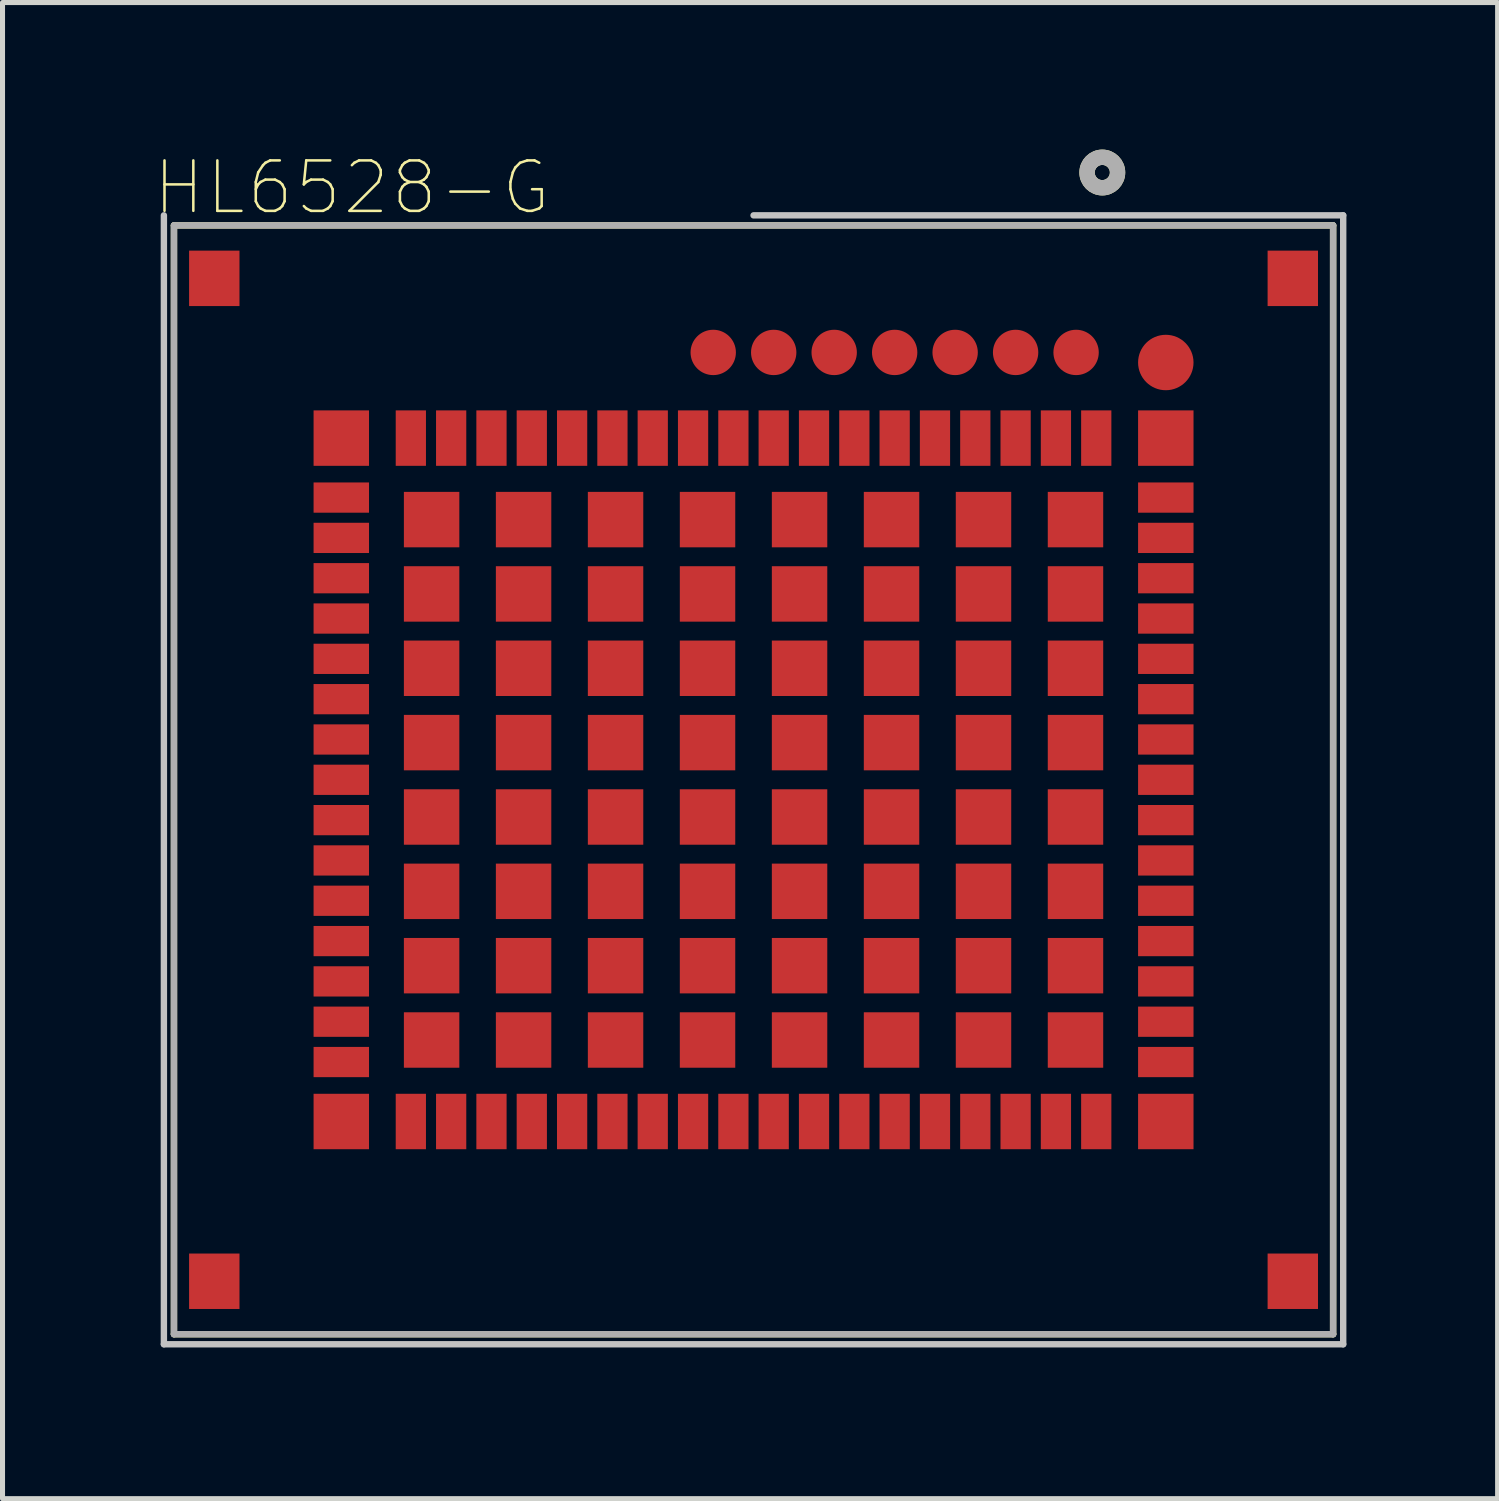
<source format=kicad_pcb>
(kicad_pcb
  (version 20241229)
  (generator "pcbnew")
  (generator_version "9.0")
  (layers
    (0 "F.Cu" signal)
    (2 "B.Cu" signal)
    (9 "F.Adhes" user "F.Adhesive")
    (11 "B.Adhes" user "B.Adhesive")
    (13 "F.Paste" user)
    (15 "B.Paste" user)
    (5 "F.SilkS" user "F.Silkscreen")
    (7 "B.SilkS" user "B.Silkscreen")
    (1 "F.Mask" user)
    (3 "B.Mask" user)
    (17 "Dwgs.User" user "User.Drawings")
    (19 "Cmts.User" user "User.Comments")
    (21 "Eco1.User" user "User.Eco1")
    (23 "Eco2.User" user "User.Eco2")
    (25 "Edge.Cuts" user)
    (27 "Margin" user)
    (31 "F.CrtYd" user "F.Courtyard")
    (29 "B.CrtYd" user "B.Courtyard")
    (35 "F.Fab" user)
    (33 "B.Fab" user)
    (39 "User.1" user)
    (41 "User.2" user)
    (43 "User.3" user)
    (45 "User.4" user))
  (footprint "HL6528-G"
    (layer "F.Cu")
    (at 11.902 12.423)
    (property "Reference" "HL6528-G" (at -7.97 -11.75 0) (layer "F.SilkS") (effects (font (size 1.001 1.001) (thickness 0.05))))
    (attr smd)
    (fp_line (start -11.5 -11) (end -11.5 11) (stroke (width 0.127) (type solid)) (layer "F.SilkS"))
    (fp_line (start -11.5 11) (end 11.5 11) (stroke (width 0.127) (type solid)) (layer "F.SilkS"))
    (fp_line (start 11.5 -11) (end -11.5 -11) (stroke (width 0.127) (type solid)) (layer "F.SilkS"))
    (fp_line (start 11.5 11) (end 11.5 -11) (stroke (width 0.127) (type solid)) (layer "F.SilkS"))
    (fp_circle (center 6.92 -12.05) (end 7.07 -12.05) (stroke (width 0.305) (type solid)) (fill no) (layer "F.SilkS"))
    (fp_line (start -11.7 11.2) (end -11.7 -11.2) (stroke (width 0.127) (type solid)) (layer "Dwgs.User"))
    (fp_line (start 0 -11.2) (end 11.7 -11.2) (stroke (width 0.127) (type solid)) (layer "Dwgs.User"))
    (fp_line (start 11.7 -11.2) (end 11.7 11.2) (stroke (width 0.127) (type solid)) (layer "Dwgs.User"))
    (fp_line (start 11.7 11.2) (end -11.7 11.2) (stroke (width 0.127) (type solid)) (layer "Dwgs.User"))
    (fp_line (start -11.5 -11) (end -11.5 11) (stroke (width 0.127) (type solid)) (layer "F.Fab"))
    (fp_line (start -11.5 11) (end 11.5 11) (stroke (width 0.127) (type solid)) (layer "F.Fab"))
    (fp_line (start 11.5 -11) (end -11.5 -11) (stroke (width 0.127) (type solid)) (layer "F.Fab"))
    (fp_line (start 11.5 11) (end 11.5 -11) (stroke (width 0.127) (type solid)) (layer "F.Fab"))
    (fp_circle (center 6.92 -12.05) (end 7.07 -12.05) (stroke (width 0.305) (type solid)) (fill no) (layer "F.Fab"))
    (pad "1" smd rect (at 6.8 -6.78 90) (size 1.1 0.6) (layers "F.Cu" "F.Mask" "F.Paste"))
    (pad "2" smd rect (at 6 -6.78 90) (size 1.1 0.6) (layers "F.Cu" "F.Mask" "F.Paste"))
    (pad "3" smd rect (at 5.2 -6.78 90) (size 1.1 0.6) (layers "F.Cu" "F.Mask" "F.Paste"))
    (pad "4" smd rect (at 4.4 -6.78 90) (size 1.1 0.6) (layers "F.Cu" "F.Mask" "F.Paste"))
    (pad "5" smd rect (at 3.6 -6.78 90) (size 1.1 0.6) (layers "F.Cu" "F.Mask" "F.Paste"))
    (pad "6" smd rect (at 2.8 -6.78 90) (size 1.1 0.6) (layers "F.Cu" "F.Mask" "F.Paste"))
    (pad "7" smd rect (at 2 -6.78 90) (size 1.1 0.6) (layers "F.Cu" "F.Mask" "F.Paste"))
    (pad "8" smd rect (at 1.2 -6.78 90) (size 1.1 0.6) (layers "F.Cu" "F.Mask" "F.Paste"))
    (pad "9" smd rect (at 0.4 -6.78 90) (size 1.1 0.6) (layers "F.Cu" "F.Mask" "F.Paste"))
    (pad "10" smd rect (at -0.4 -6.78 90) (size 1.1 0.6) (layers "F.Cu" "F.Mask" "F.Paste"))
    (pad "11" smd rect (at -1.2 -6.78 90) (size 1.1 0.6) (layers "F.Cu" "F.Mask" "F.Paste"))
    (pad "12" smd rect (at -2 -6.78 90) (size 1.1 0.6) (layers "F.Cu" "F.Mask" "F.Paste"))
    (pad "13" smd rect (at -2.8 -6.78 90) (size 1.1 0.6) (layers "F.Cu" "F.Mask" "F.Paste"))
    (pad "14" smd rect (at -3.6 -6.78 90) (size 1.1 0.6) (layers "F.Cu" "F.Mask" "F.Paste"))
    (pad "15" smd rect (at -4.4 -6.78 90) (size 1.1 0.6) (layers "F.Cu" "F.Mask" "F.Paste"))
    (pad "16" smd rect (at -5.2 -6.78 90) (size 1.1 0.6) (layers "F.Cu" "F.Mask" "F.Paste"))
    (pad "17" smd rect (at -6 -6.78 90) (size 1.1 0.6) (layers "F.Cu" "F.Mask" "F.Paste"))
    (pad "18" smd rect (at -6.8 -6.78 90) (size 1.1 0.6) (layers "F.Cu" "F.Mask" "F.Paste"))
    (pad "19" smd rect (at -8.18 -5.6 180) (size 1.1 0.6) (layers "F.Cu" "F.Mask" "F.Paste"))
    (pad "20" smd rect (at -8.18 -4.8 180) (size 1.1 0.6) (layers "F.Cu" "F.Mask" "F.Paste"))
    (pad "21" smd rect (at -8.18 -4 180) (size 1.1 0.6) (layers "F.Cu" "F.Mask" "F.Paste"))
    (pad "22" smd rect (at -8.18 -3.2 180) (size 1.1 0.6) (layers "F.Cu" "F.Mask" "F.Paste"))
    (pad "23" smd rect (at -8.18 -2.4 180) (size 1.1 0.6) (layers "F.Cu" "F.Mask" "F.Paste"))
    (pad "24" smd rect (at -8.18 -1.6 180) (size 1.1 0.6) (layers "F.Cu" "F.Mask" "F.Paste"))
    (pad "25" smd rect (at -8.18 -0.8 180) (size 1.1 0.6) (layers "F.Cu" "F.Mask" "F.Paste"))
    (pad "26" smd rect (at -8.18 0 180) (size 1.1 0.6) (layers "F.Cu" "F.Mask" "F.Paste"))
    (pad "27" smd rect (at -8.18 0.8 180) (size 1.1 0.6) (layers "F.Cu" "F.Mask" "F.Paste"))
    (pad "28" smd rect (at -8.18 1.6 180) (size 1.1 0.6) (layers "F.Cu" "F.Mask" "F.Paste"))
    (pad "29" smd rect (at -8.18 2.4 180) (size 1.1 0.6) (layers "F.Cu" "F.Mask" "F.Paste"))
    (pad "30" smd rect (at -8.18 3.2 180) (size 1.1 0.6) (layers "F.Cu" "F.Mask" "F.Paste"))
    (pad "31" smd rect (at -8.18 4 180) (size 1.1 0.6) (layers "F.Cu" "F.Mask" "F.Paste"))
    (pad "32" smd rect (at -8.18 4.8 180) (size 1.1 0.6) (layers "F.Cu" "F.Mask" "F.Paste"))
    (pad "33" smd rect (at -8.18 5.6 180) (size 1.1 0.6) (layers "F.Cu" "F.Mask" "F.Paste"))
    (pad "34" smd rect (at -6.8 6.78 270) (size 1.1 0.6) (layers "F.Cu" "F.Mask" "F.Paste"))
    (pad "35" smd rect (at -6 6.78 270) (size 1.1 0.6) (layers "F.Cu" "F.Mask" "F.Paste"))
    (pad "36" smd rect (at -5.2 6.78 270) (size 1.1 0.6) (layers "F.Cu" "F.Mask" "F.Paste"))
    (pad "37" smd rect (at -4.4 6.78 270) (size 1.1 0.6) (layers "F.Cu" "F.Mask" "F.Paste"))
    (pad "38" smd rect (at -3.6 6.78 270) (size 1.1 0.6) (layers "F.Cu" "F.Mask" "F.Paste"))
    (pad "39" smd rect (at -2.8 6.78 270) (size 1.1 0.6) (layers "F.Cu" "F.Mask" "F.Paste"))
    (pad "40" smd rect (at -2 6.78 270) (size 1.1 0.6) (layers "F.Cu" "F.Mask" "F.Paste"))
    (pad "41" smd rect (at -1.2 6.78 270) (size 1.1 0.6) (layers "F.Cu" "F.Mask" "F.Paste"))
    (pad "42" smd rect (at -0.4 6.78 270) (size 1.1 0.6) (layers "F.Cu" "F.Mask" "F.Paste"))
    (pad "43" smd rect (at 0.4 6.78 270) (size 1.1 0.6) (layers "F.Cu" "F.Mask" "F.Paste"))
    (pad "44" smd rect (at 1.2 6.78 270) (size 1.1 0.6) (layers "F.Cu" "F.Mask" "F.Paste"))
    (pad "45" smd rect (at 2 6.78 270) (size 1.1 0.6) (layers "F.Cu" "F.Mask" "F.Paste"))
    (pad "46" smd rect (at 2.8 6.78 270) (size 1.1 0.6) (layers "F.Cu" "F.Mask" "F.Paste"))
    (pad "47" smd rect (at 3.6 6.78 270) (size 1.1 0.6) (layers "F.Cu" "F.Mask" "F.Paste"))
    (pad "48" smd rect (at 4.4 6.78 270) (size 1.1 0.6) (layers "F.Cu" "F.Mask" "F.Paste"))
    (pad "49" smd rect (at 5.2 6.78 270) (size 1.1 0.6) (layers "F.Cu" "F.Mask" "F.Paste"))
    (pad "50" smd rect (at 6 6.78 270) (size 1.1 0.6) (layers "F.Cu" "F.Mask" "F.Paste"))
    (pad "51" smd rect (at 6.8 6.78 270) (size 1.1 0.6) (layers "F.Cu" "F.Mask" "F.Paste"))
    (pad "52" smd rect (at 8.18 5.6) (size 1.1 0.6) (layers "F.Cu" "F.Mask" "F.Paste"))
    (pad "53" smd rect (at 8.18 4.8) (size 1.1 0.6) (layers "F.Cu" "F.Mask" "F.Paste"))
    (pad "54" smd rect (at 8.18 4) (size 1.1 0.6) (layers "F.Cu" "F.Mask" "F.Paste"))
    (pad "55" smd rect (at 8.18 3.2) (size 1.1 0.6) (layers "F.Cu" "F.Mask" "F.Paste"))
    (pad "56" smd rect (at 8.18 2.4) (size 1.1 0.6) (layers "F.Cu" "F.Mask" "F.Paste"))
    (pad "57" smd rect (at 8.18 1.6) (size 1.1 0.6) (layers "F.Cu" "F.Mask" "F.Paste"))
    (pad "58" smd rect (at 8.18 0.8) (size 1.1 0.6) (layers "F.Cu" "F.Mask" "F.Paste"))
    (pad "59" smd rect (at 8.18 0) (size 1.1 0.6) (layers "F.Cu" "F.Mask" "F.Paste"))
    (pad "60" smd rect (at 8.18 -0.8) (size 1.1 0.6) (layers "F.Cu" "F.Mask" "F.Paste"))
    (pad "61" smd rect (at 8.18 -1.6) (size 1.1 0.6) (layers "F.Cu" "F.Mask" "F.Paste"))
    (pad "62" smd rect (at 8.18 -2.4) (size 1.1 0.6) (layers "F.Cu" "F.Mask" "F.Paste"))
    (pad "63" smd rect (at 8.18 -3.2) (size 1.1 0.6) (layers "F.Cu" "F.Mask" "F.Paste"))
    (pad "64" smd rect (at 8.18 -4) (size 1.1 0.6) (layers "F.Cu" "F.Mask" "F.Paste"))
    (pad "65" smd rect (at 8.18 -4.8) (size 1.1 0.6) (layers "F.Cu" "F.Mask" "F.Paste"))
    (pad "66" smd rect (at 8.18 -5.6) (size 1.1 0.6) (layers "F.Cu" "F.Mask" "F.Paste"))
    (pad "67" smd rect (at 8.18 -6.78) (size 1.1 1.1) (layers "F.Cu" "F.Mask" "F.Paste"))
    (pad "68" smd rect (at -8.18 -6.78) (size 1.1 1.1) (layers "F.Cu" "F.Mask" "F.Paste"))
    (pad "69" smd rect (at -8.18 6.78) (size 1.1 1.1) (layers "F.Cu" "F.Mask" "F.Paste"))
    (pad "70" smd rect (at 8.18 6.78) (size 1.1 1.1) (layers "F.Cu" "F.Mask" "F.Paste"))
    (pad "167" smd rect (at 10.7 -9.95) (size 1 1.1) (layers "F.Cu" "F.Mask" "F.Paste"))
    (pad "168" smd rect (at -10.7 -9.95) (size 1 1.1) (layers "F.Cu" "F.Mask" "F.Paste"))
    (pad "169" smd rect (at -10.7 9.95) (size 1 1.1) (layers "F.Cu" "F.Mask" "F.Paste"))
    (pad "170" smd rect (at 10.7 9.95) (size 1 1.1) (layers "F.Cu" "F.Mask" "F.Paste"))
    (pad "171" smd rect (at 6.388 -5.163) (size 1.1 1.1) (layers "F.Cu" "F.Mask" "F.Paste"))
    (pad "172" smd rect (at 6.388 -3.688) (size 1.1 1.1) (layers "F.Cu" "F.Mask" "F.Paste"))
    (pad "173" smd rect (at 6.388 -2.213) (size 1.1 1.1) (layers "F.Cu" "F.Mask" "F.Paste"))
    (pad "174" smd rect (at 6.388 -0.738) (size 1.1 1.1) (layers "F.Cu" "F.Mask" "F.Paste"))
    (pad "175" smd rect (at 6.388 0.738) (size 1.1 1.1) (layers "F.Cu" "F.Mask" "F.Paste"))
    (pad "176" smd rect (at 6.388 2.213) (size 1.1 1.1) (layers "F.Cu" "F.Mask" "F.Paste"))
    (pad "177" smd rect (at 6.388 3.688) (size 1.1 1.1) (layers "F.Cu" "F.Mask" "F.Paste"))
    (pad "178" smd rect (at 6.388 5.163) (size 1.1 1.1) (layers "F.Cu" "F.Mask" "F.Paste"))
    (pad "179" smd rect (at 4.563 5.163) (size 1.1 1.1) (layers "F.Cu" "F.Mask" "F.Paste"))
    (pad "180" smd rect (at 2.738 5.163) (size 1.1 1.1) (layers "F.Cu" "F.Mask" "F.Paste"))
    (pad "181" smd rect (at 0.913 5.163) (size 1.1 1.1) (layers "F.Cu" "F.Mask" "F.Paste"))
    (pad "182" smd rect (at -0.913 5.163) (size 1.1 1.1) (layers "F.Cu" "F.Mask" "F.Paste"))
    (pad "183" smd rect (at -2.738 5.163) (size 1.1 1.1) (layers "F.Cu" "F.Mask" "F.Paste"))
    (pad "184" smd rect (at -4.563 5.163) (size 1.1 1.1) (layers "F.Cu" "F.Mask" "F.Paste"))
    (pad "185" smd rect (at -6.388 5.163) (size 1.1 1.1) (layers "F.Cu" "F.Mask" "F.Paste"))
    (pad "186" smd rect (at -6.388 3.688) (size 1.1 1.1) (layers "F.Cu" "F.Mask" "F.Paste"))
    (pad "187" smd rect (at -6.388 2.213) (size 1.1 1.1) (layers "F.Cu" "F.Mask" "F.Paste"))
    (pad "188" smd rect (at -6.388 0.738) (size 1.1 1.1) (layers "F.Cu" "F.Mask" "F.Paste"))
    (pad "189" smd rect (at -6.388 -0.738) (size 1.1 1.1) (layers "F.Cu" "F.Mask" "F.Paste"))
    (pad "190" smd rect (at -6.388 -2.213) (size 1.1 1.1) (layers "F.Cu" "F.Mask" "F.Paste"))
    (pad "191" smd rect (at -6.388 -3.688) (size 1.1 1.1) (layers "F.Cu" "F.Mask" "F.Paste"))
    (pad "192" smd rect (at -6.388 -5.163) (size 1.1 1.1) (layers "F.Cu" "F.Mask" "F.Paste"))
    (pad "193" smd rect (at -4.563 -5.163) (size 1.1 1.1) (layers "F.Cu" "F.Mask" "F.Paste"))
    (pad "194" smd rect (at -2.738 -5.163) (size 1.1 1.1) (layers "F.Cu" "F.Mask" "F.Paste"))
    (pad "195" smd rect (at -0.913 -5.163) (size 1.1 1.1) (layers "F.Cu" "F.Mask" "F.Paste"))
    (pad "196" smd rect (at 0.913 -5.163) (size 1.1 1.1) (layers "F.Cu" "F.Mask" "F.Paste"))
    (pad "197" smd rect (at 2.738 -5.163) (size 1.1 1.1) (layers "F.Cu" "F.Mask" "F.Paste"))
    (pad "198" smd rect (at 4.563 -5.163) (size 1.1 1.1) (layers "F.Cu" "F.Mask" "F.Paste"))
    (pad "199" smd rect (at 4.563 -3.688) (size 1.1 1.1) (layers "F.Cu" "F.Mask" "F.Paste"))
    (pad "200" smd rect (at 4.563 -2.213) (size 1.1 1.1) (layers "F.Cu" "F.Mask" "F.Paste"))
    (pad "201" smd rect (at 4.563 -0.738) (size 1.1 1.1) (layers "F.Cu" "F.Mask" "F.Paste"))
    (pad "202" smd rect (at 4.563 0.738) (size 1.1 1.1) (layers "F.Cu" "F.Mask" "F.Paste"))
    (pad "203" smd rect (at 4.563 2.213) (size 1.1 1.1) (layers "F.Cu" "F.Mask" "F.Paste"))
    (pad "204" smd rect (at 4.563 3.688) (size 1.1 1.1) (layers "F.Cu" "F.Mask" "F.Paste"))
    (pad "205" smd rect (at 2.738 3.688) (size 1.1 1.1) (layers "F.Cu" "F.Mask" "F.Paste"))
    (pad "206" smd rect (at 0.913 3.688) (size 1.1 1.1) (layers "F.Cu" "F.Mask" "F.Paste"))
    (pad "207" smd rect (at -0.913 3.688) (size 1.1 1.1) (layers "F.Cu" "F.Mask" "F.Paste"))
    (pad "208" smd rect (at -2.738 3.688) (size 1.1 1.1) (layers "F.Cu" "F.Mask" "F.Paste"))
    (pad "209" smd rect (at -4.563 3.688) (size 1.1 1.1) (layers "F.Cu" "F.Mask" "F.Paste"))
    (pad "210" smd rect (at -4.563 2.213) (size 1.1 1.1) (layers "F.Cu" "F.Mask" "F.Paste"))
    (pad "211" smd rect (at -4.563 0.738) (size 1.1 1.1) (layers "F.Cu" "F.Mask" "F.Paste"))
    (pad "212" smd rect (at -4.563 -0.738) (size 1.1 1.1) (layers "F.Cu" "F.Mask" "F.Paste"))
    (pad "213" smd rect (at -4.563 -2.213) (size 1.1 1.1) (layers "F.Cu" "F.Mask" "F.Paste"))
    (pad "214" smd rect (at -4.563 -3.688) (size 1.1 1.1) (layers "F.Cu" "F.Mask" "F.Paste"))
    (pad "215" smd rect (at -2.738 -3.688) (size 1.1 1.1) (layers "F.Cu" "F.Mask" "F.Paste"))
    (pad "216" smd rect (at -0.913 -3.688) (size 1.1 1.1) (layers "F.Cu" "F.Mask" "F.Paste"))
    (pad "217" smd rect (at 0.913 -3.688) (size 1.1 1.1) (layers "F.Cu" "F.Mask" "F.Paste"))
    (pad "218" smd rect (at 2.738 -3.688) (size 1.1 1.1) (layers "F.Cu" "F.Mask" "F.Paste"))
    (pad "219" smd rect (at 2.738 -2.213) (size 1.1 1.1) (layers "F.Cu" "F.Mask" "F.Paste"))
    (pad "220" smd rect (at 2.738 -0.738) (size 1.1 1.1) (layers "F.Cu" "F.Mask" "F.Paste"))
    (pad "221" smd rect (at 2.738 0.738) (size 1.1 1.1) (layers "F.Cu" "F.Mask" "F.Paste"))
    (pad "222" smd rect (at 2.738 2.213) (size 1.1 1.1) (layers "F.Cu" "F.Mask" "F.Paste"))
    (pad "223" smd rect (at 0.913 2.213) (size 1.1 1.1) (layers "F.Cu" "F.Mask" "F.Paste"))
    (pad "224" smd rect (at -0.913 2.213) (size 1.1 1.1) (layers "F.Cu" "F.Mask" "F.Paste"))
    (pad "225" smd rect (at -2.738 2.213) (size 1.1 1.1) (layers "F.Cu" "F.Mask" "F.Paste"))
    (pad "226" smd rect (at -2.738 0.738) (size 1.1 1.1) (layers "F.Cu" "F.Mask" "F.Paste"))
    (pad "227" smd rect (at -2.738 -0.738) (size 1.1 1.1) (layers "F.Cu" "F.Mask" "F.Paste"))
    (pad "228" smd rect (at -2.738 -2.213) (size 1.1 1.1) (layers "F.Cu" "F.Mask" "F.Paste"))
    (pad "229" smd rect (at -0.913 -2.213) (size 1.1 1.1) (layers "F.Cu" "F.Mask" "F.Paste"))
    (pad "230" smd rect (at 0.913 -2.213) (size 1.1 1.1) (layers "F.Cu" "F.Mask" "F.Paste"))
    (pad "231" smd rect (at 0.913 -0.738) (size 1.1 1.1) (layers "F.Cu" "F.Mask" "F.Paste"))
    (pad "232" smd rect (at 0.913 0.738) (size 1.1 1.1) (layers "F.Cu" "F.Mask" "F.Paste"))
    (pad "233" smd rect (at -0.913 0.738) (size 1.1 1.1) (layers "F.Cu" "F.Mask" "F.Paste"))
    (pad "234" smd rect (at -0.913 -0.738) (size 1.1 1.1) (layers "F.Cu" "F.Mask" "F.Paste"))
    (pad "235" smd circle (at 8.18 -8.28) (size 1.1 1.1) (layers "F.Cu" "F.Mask" "F.Paste"))
    (pad "236" smd circle (at 6.4 -8.48) (size 0.9 0.9) (layers "F.Cu" "F.Mask" "F.Paste"))
    (pad "237" smd circle (at 5.2 -8.48) (size 0.9 0.9) (layers "F.Cu" "F.Mask" "F.Paste"))
    (pad "238" smd circle (at 4 -8.48) (size 0.9 0.9) (layers "F.Cu" "F.Mask" "F.Paste"))
    (pad "239" smd circle (at 2.8 -8.48) (size 0.9 0.9) (layers "F.Cu" "F.Mask" "F.Paste"))
    (pad "240" smd circle (at 1.6 -8.48) (size 0.9 0.9) (layers "F.Cu" "F.Mask" "F.Paste"))
    (pad "241" smd circle (at 0.4 -8.48) (size 0.9 0.9) (layers "F.Cu" "F.Mask" "F.Paste"))
    (pad "242" smd circle (at -0.8 -8.48) (size 0.9 0.9) (layers "F.Cu" "F.Mask" "F.Paste")))
  (gr_rect
    (start -3 -3)
    (end 26.666 26.687)
    (stroke (width 0.1) (type default))
    (fill no)
    (layer "Edge.Cuts")))
</source>
